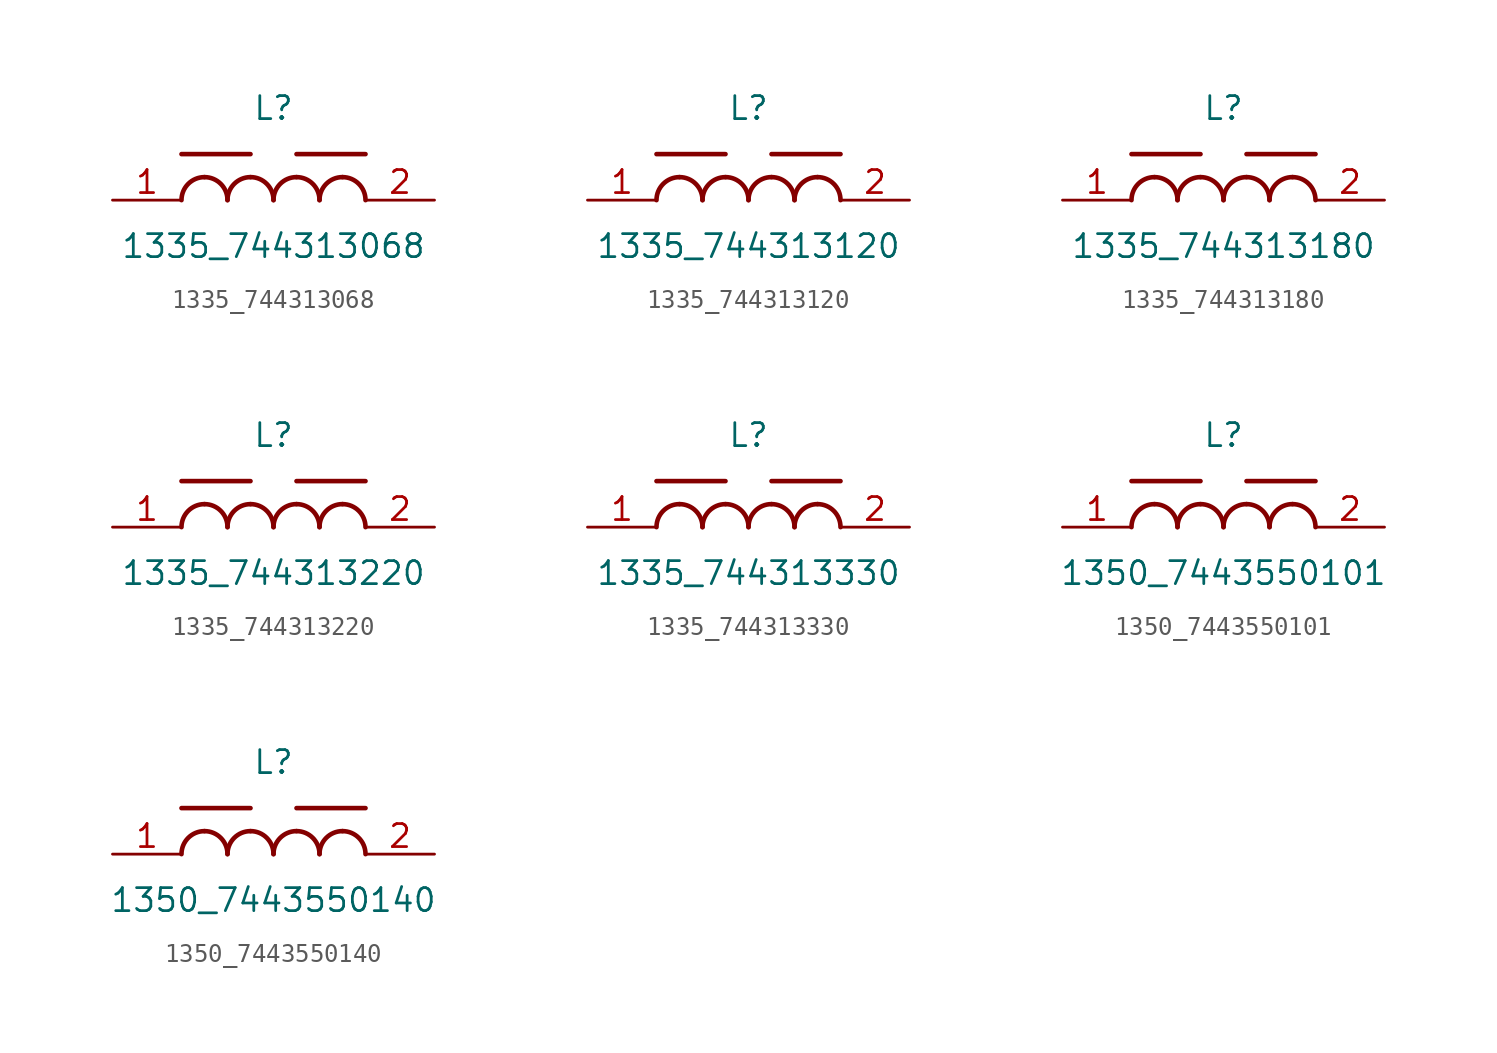
<source format=kicad_sym>
(kicad_symbol_lib
  (version 20211014)
  (generator kicad_symbol_editor)
  (symbol "Inductor_Wurth_WE-HCI:1335_744313068"
    (pin_names hide)
    (property "Reference" "L"
      (at 0 5.08 0)
      (effects (font (size 1.27 1.27))))
    (property "Value" "1335_744313068"
      (at 0 -2.54 0)
      (effects (font (size 1.27 1.27))))
    (symbol "1335_744313068_0_1"
      (arc (start -3.81 1.27) (mid -4.708 0.898) (end -5.08 0) (stroke (width 0.254) (type default) (color 0 0 0 0)) (fill (type none)))
      (arc (start -2.54 0) (mid -2.912 0.898) (end -3.81 1.27) (stroke (width 0.254) (type default) (color 0 0 0 0)) (fill (type none)))
      (arc (start -1.2699 1.2701) (mid -2.1679 0.8981) (end -2.5399 0.0001) (stroke (width 0.254) (type default) (color 0 0 0 0)) (fill (type none)))
      (polyline (pts (xy -5.08 2.54) (xy -1.27 2.54)) (stroke (width 0.254) (type default) (color 0 0 0 0)) (fill (type none)))
      (polyline (pts (xy 5.08 2.54) (xy 1.27 2.54)) (stroke (width 0.254) (type default) (color 0 0 0 0)) (fill (type none)))
      (arc (start 0.0001 0.0001) (mid -0.3719 0.8981) (end -1.2699 1.2701) (stroke (width 0.254) (type default) (color 0 0 0 0)) (fill (type none)))
      (arc (start 1.2701 1.2701) (mid 0.3721 0.8981) (end 0.0001 0.0001) (stroke (width 0.254) (type default) (color 0 0 0 0)) (fill (type none)))
      (arc (start 2.5401 0.0001) (mid 2.1681 0.8981) (end 1.2701 1.2701) (stroke (width 0.254) (type default) (color 0 0 0 0)) (fill (type none)))
      (arc (start 3.8101 1.2701) (mid 2.9121 0.8981) (end 2.5401 0.0001) (stroke (width 0.254) (type default) (color 0 0 0 0)) (fill (type none)))
      (arc (start 5.0801 0.0001) (mid 4.7081 0.8981) (end 3.8101 1.2701) (stroke (width 0.254) (type default) (color 0 0 0 0)) (fill (type none))))
    (symbol "1335_744313068_1_1"
      (pin passive line (at -8.89 0 0) (length 3.81) (name "1" (effects (font (size 1.27 1.27)))) (number "1" (effects (font (size 1.27 1.27)))))
      (pin passive line (at 8.89 0 180) (length 3.81) (name "2" (effects (font (size 1.27 1.27)))) (number "2" (effects (font (size 1.27 1.27)))))))
  (symbol "Inductor_Wurth_WE-HCI:1335_744313120"
    (pin_names hide)
    (property "Reference" "L"
      (at 0 5.08 0)
      (effects (font (size 1.27 1.27))))
    (property "Value" "1335_744313120"
      (at 0 -2.54 0)
      (effects (font (size 1.27 1.27))))
    (symbol "1335_744313120_0_1"
      (arc (start -3.81 1.27) (mid -4.708 0.898) (end -5.08 0) (stroke (width 0.254) (type default) (color 0 0 0 0)) (fill (type none)))
      (arc (start -2.54 0) (mid -2.912 0.898) (end -3.81 1.27) (stroke (width 0.254) (type default) (color 0 0 0 0)) (fill (type none)))
      (arc (start -1.2699 1.2701) (mid -2.1679 0.8981) (end -2.5399 0.0001) (stroke (width 0.254) (type default) (color 0 0 0 0)) (fill (type none)))
      (polyline (pts (xy -5.08 2.54) (xy -1.27 2.54)) (stroke (width 0.254) (type default) (color 0 0 0 0)) (fill (type none)))
      (polyline (pts (xy 5.08 2.54) (xy 1.27 2.54)) (stroke (width 0.254) (type default) (color 0 0 0 0)) (fill (type none)))
      (arc (start 0.0001 0.0001) (mid -0.3719 0.8981) (end -1.2699 1.2701) (stroke (width 0.254) (type default) (color 0 0 0 0)) (fill (type none)))
      (arc (start 1.2701 1.2701) (mid 0.3721 0.8981) (end 0.0001 0.0001) (stroke (width 0.254) (type default) (color 0 0 0 0)) (fill (type none)))
      (arc (start 2.5401 0.0001) (mid 2.1681 0.8981) (end 1.2701 1.2701) (stroke (width 0.254) (type default) (color 0 0 0 0)) (fill (type none)))
      (arc (start 3.8101 1.2701) (mid 2.9121 0.8981) (end 2.5401 0.0001) (stroke (width 0.254) (type default) (color 0 0 0 0)) (fill (type none)))
      (arc (start 5.0801 0.0001) (mid 4.7081 0.8981) (end 3.8101 1.2701) (stroke (width 0.254) (type default) (color 0 0 0 0)) (fill (type none))))
    (symbol "1335_744313120_1_1"
      (pin passive line (at -8.89 0 0) (length 3.81) (name "1" (effects (font (size 1.27 1.27)))) (number "1" (effects (font (size 1.27 1.27)))))
      (pin passive line (at 8.89 0 180) (length 3.81) (name "2" (effects (font (size 1.27 1.27)))) (number "2" (effects (font (size 1.27 1.27)))))))
  (symbol "Inductor_Wurth_WE-HCI:1335_744313180"
    (pin_names hide)
    (property "Reference" "L"
      (at 0 5.08 0)
      (effects (font (size 1.27 1.27))))
    (property "Value" "1335_744313180"
      (at 0 -2.54 0)
      (effects (font (size 1.27 1.27))))
    (symbol "1335_744313180_0_1"
      (arc (start -3.81 1.27) (mid -4.708 0.898) (end -5.08 0) (stroke (width 0.254) (type default) (color 0 0 0 0)) (fill (type none)))
      (arc (start -2.54 0) (mid -2.912 0.898) (end -3.81 1.27) (stroke (width 0.254) (type default) (color 0 0 0 0)) (fill (type none)))
      (arc (start -1.2699 1.2701) (mid -2.1679 0.8981) (end -2.5399 0.0001) (stroke (width 0.254) (type default) (color 0 0 0 0)) (fill (type none)))
      (polyline (pts (xy -5.08 2.54) (xy -1.27 2.54)) (stroke (width 0.254) (type default) (color 0 0 0 0)) (fill (type none)))
      (polyline (pts (xy 5.08 2.54) (xy 1.27 2.54)) (stroke (width 0.254) (type default) (color 0 0 0 0)) (fill (type none)))
      (arc (start 0.0001 0.0001) (mid -0.3719 0.8981) (end -1.2699 1.2701) (stroke (width 0.254) (type default) (color 0 0 0 0)) (fill (type none)))
      (arc (start 1.2701 1.2701) (mid 0.3721 0.8981) (end 0.0001 0.0001) (stroke (width 0.254) (type default) (color 0 0 0 0)) (fill (type none)))
      (arc (start 2.5401 0.0001) (mid 2.1681 0.8981) (end 1.2701 1.2701) (stroke (width 0.254) (type default) (color 0 0 0 0)) (fill (type none)))
      (arc (start 3.8101 1.2701) (mid 2.9121 0.8981) (end 2.5401 0.0001) (stroke (width 0.254) (type default) (color 0 0 0 0)) (fill (type none)))
      (arc (start 5.0801 0.0001) (mid 4.7081 0.8981) (end 3.8101 1.2701) (stroke (width 0.254) (type default) (color 0 0 0 0)) (fill (type none))))
    (symbol "1335_744313180_1_1"
      (pin passive line (at -8.89 0 0) (length 3.81) (name "1" (effects (font (size 1.27 1.27)))) (number "1" (effects (font (size 1.27 1.27)))))
      (pin passive line (at 8.89 0 180) (length 3.81) (name "2" (effects (font (size 1.27 1.27)))) (number "2" (effects (font (size 1.27 1.27)))))))
  (symbol "Inductor_Wurth_WE-HCI:1335_744313220"
    (pin_names hide)
    (property "Reference" "L"
      (at 0 5.08 0)
      (effects (font (size 1.27 1.27))))
    (property "Value" "1335_744313220"
      (at 0 -2.54 0)
      (effects (font (size 1.27 1.27))))
    (symbol "1335_744313220_0_1"
      (arc (start -3.81 1.27) (mid -4.708 0.898) (end -5.08 0) (stroke (width 0.254) (type default) (color 0 0 0 0)) (fill (type none)))
      (arc (start -2.54 0) (mid -2.912 0.898) (end -3.81 1.27) (stroke (width 0.254) (type default) (color 0 0 0 0)) (fill (type none)))
      (arc (start -1.2699 1.2701) (mid -2.1679 0.8981) (end -2.5399 0.0001) (stroke (width 0.254) (type default) (color 0 0 0 0)) (fill (type none)))
      (polyline (pts (xy -5.08 2.54) (xy -1.27 2.54)) (stroke (width 0.254) (type default) (color 0 0 0 0)) (fill (type none)))
      (polyline (pts (xy 5.08 2.54) (xy 1.27 2.54)) (stroke (width 0.254) (type default) (color 0 0 0 0)) (fill (type none)))
      (arc (start 0.0001 0.0001) (mid -0.3719 0.8981) (end -1.2699 1.2701) (stroke (width 0.254) (type default) (color 0 0 0 0)) (fill (type none)))
      (arc (start 1.2701 1.2701) (mid 0.3721 0.8981) (end 0.0001 0.0001) (stroke (width 0.254) (type default) (color 0 0 0 0)) (fill (type none)))
      (arc (start 2.5401 0.0001) (mid 2.1681 0.8981) (end 1.2701 1.2701) (stroke (width 0.254) (type default) (color 0 0 0 0)) (fill (type none)))
      (arc (start 3.8101 1.2701) (mid 2.9121 0.8981) (end 2.5401 0.0001) (stroke (width 0.254) (type default) (color 0 0 0 0)) (fill (type none)))
      (arc (start 5.0801 0.0001) (mid 4.7081 0.8981) (end 3.8101 1.2701) (stroke (width 0.254) (type default) (color 0 0 0 0)) (fill (type none))))
    (symbol "1335_744313220_1_1"
      (pin passive line (at -8.89 0 0) (length 3.81) (name "1" (effects (font (size 1.27 1.27)))) (number "1" (effects (font (size 1.27 1.27)))))
      (pin passive line (at 8.89 0 180) (length 3.81) (name "2" (effects (font (size 1.27 1.27)))) (number "2" (effects (font (size 1.27 1.27)))))))
  (symbol "Inductor_Wurth_WE-HCI:1335_744313330"
    (pin_names hide)
    (property "Reference" "L"
      (at 0 5.08 0)
      (effects (font (size 1.27 1.27))))
    (property "Value" "1335_744313330"
      (at 0 -2.54 0)
      (effects (font (size 1.27 1.27))))
    (symbol "1335_744313330_0_1"
      (arc (start -3.81 1.27) (mid -4.708 0.898) (end -5.08 0) (stroke (width 0.254) (type default) (color 0 0 0 0)) (fill (type none)))
      (arc (start -2.54 0) (mid -2.912 0.898) (end -3.81 1.27) (stroke (width 0.254) (type default) (color 0 0 0 0)) (fill (type none)))
      (arc (start -1.2699 1.2701) (mid -2.1679 0.8981) (end -2.5399 0.0001) (stroke (width 0.254) (type default) (color 0 0 0 0)) (fill (type none)))
      (polyline (pts (xy -5.08 2.54) (xy -1.27 2.54)) (stroke (width 0.254) (type default) (color 0 0 0 0)) (fill (type none)))
      (polyline (pts (xy 5.08 2.54) (xy 1.27 2.54)) (stroke (width 0.254) (type default) (color 0 0 0 0)) (fill (type none)))
      (arc (start 0.0001 0.0001) (mid -0.3719 0.8981) (end -1.2699 1.2701) (stroke (width 0.254) (type default) (color 0 0 0 0)) (fill (type none)))
      (arc (start 1.2701 1.2701) (mid 0.3721 0.8981) (end 0.0001 0.0001) (stroke (width 0.254) (type default) (color 0 0 0 0)) (fill (type none)))
      (arc (start 2.5401 0.0001) (mid 2.1681 0.8981) (end 1.2701 1.2701) (stroke (width 0.254) (type default) (color 0 0 0 0)) (fill (type none)))
      (arc (start 3.8101 1.2701) (mid 2.9121 0.8981) (end 2.5401 0.0001) (stroke (width 0.254) (type default) (color 0 0 0 0)) (fill (type none)))
      (arc (start 5.0801 0.0001) (mid 4.7081 0.8981) (end 3.8101 1.2701) (stroke (width 0.254) (type default) (color 0 0 0 0)) (fill (type none))))
    (symbol "1335_744313330_1_1"
      (pin passive line (at -8.89 0 0) (length 3.81) (name "1" (effects (font (size 1.27 1.27)))) (number "1" (effects (font (size 1.27 1.27)))))
      (pin passive line (at 8.89 0 180) (length 3.81) (name "2" (effects (font (size 1.27 1.27)))) (number "2" (effects (font (size 1.27 1.27)))))))
  (symbol "Inductor_Wurth_WE-HCI:1350_7443550101"
    (pin_names hide)
    (property "Reference" "L"
      (at 0 5.08 0)
      (effects (font (size 1.27 1.27))))
    (property "Value" "1350_7443550101"
      (at 0 -2.54 0)
      (effects (font (size 1.27 1.27))))
    (symbol "1350_7443550101_0_1"
      (arc (start -3.81 1.27) (mid -4.708 0.898) (end -5.08 0) (stroke (width 0.254) (type default) (color 0 0 0 0)) (fill (type none)))
      (arc (start -2.54 0) (mid -2.912 0.898) (end -3.81 1.27) (stroke (width 0.254) (type default) (color 0 0 0 0)) (fill (type none)))
      (arc (start -1.2699 1.2701) (mid -2.1679 0.8981) (end -2.5399 0.0001) (stroke (width 0.254) (type default) (color 0 0 0 0)) (fill (type none)))
      (polyline (pts (xy -5.08 2.54) (xy -1.27 2.54)) (stroke (width 0.254) (type default) (color 0 0 0 0)) (fill (type none)))
      (polyline (pts (xy 5.08 2.54) (xy 1.27 2.54)) (stroke (width 0.254) (type default) (color 0 0 0 0)) (fill (type none)))
      (arc (start 0.0001 0.0001) (mid -0.3719 0.8981) (end -1.2699 1.2701) (stroke (width 0.254) (type default) (color 0 0 0 0)) (fill (type none)))
      (arc (start 1.2701 1.2701) (mid 0.3721 0.8981) (end 0.0001 0.0001) (stroke (width 0.254) (type default) (color 0 0 0 0)) (fill (type none)))
      (arc (start 2.5401 0.0001) (mid 2.1681 0.8981) (end 1.2701 1.2701) (stroke (width 0.254) (type default) (color 0 0 0 0)) (fill (type none)))
      (arc (start 3.8101 1.2701) (mid 2.9121 0.8981) (end 2.5401 0.0001) (stroke (width 0.254) (type default) (color 0 0 0 0)) (fill (type none)))
      (arc (start 5.0801 0.0001) (mid 4.7081 0.8981) (end 3.8101 1.2701) (stroke (width 0.254) (type default) (color 0 0 0 0)) (fill (type none))))
    (symbol "1350_7443550101_1_1"
      (pin passive line (at -8.89 0 0) (length 3.81) (name "1" (effects (font (size 1.27 1.27)))) (number "1" (effects (font (size 1.27 1.27)))))
      (pin passive line (at 8.89 0 180) (length 3.81) (name "2" (effects (font (size 1.27 1.27)))) (number "2" (effects (font (size 1.27 1.27)))))))
  (symbol "Inductor_Wurth_WE-HCI:1350_7443550140"
    (pin_names hide)
    (property "Reference" "L"
      (at 0 5.08 0)
      (effects (font (size 1.27 1.27))))
    (property "Value" "1350_7443550140"
      (at 0 -2.54 0)
      (effects (font (size 1.27 1.27))))
    (symbol "1350_7443550140_0_1"
      (arc (start -3.81 1.27) (mid -4.708 0.898) (end -5.08 0) (stroke (width 0.254) (type default) (color 0 0 0 0)) (fill (type none)))
      (arc (start -2.54 0) (mid -2.912 0.898) (end -3.81 1.27) (stroke (width 0.254) (type default) (color 0 0 0 0)) (fill (type none)))
      (arc (start -1.2699 1.2701) (mid -2.1679 0.8981) (end -2.5399 0.0001) (stroke (width 0.254) (type default) (color 0 0 0 0)) (fill (type none)))
      (polyline (pts (xy -5.08 2.54) (xy -1.27 2.54)) (stroke (width 0.254) (type default) (color 0 0 0 0)) (fill (type none)))
      (polyline (pts (xy 5.08 2.54) (xy 1.27 2.54)) (stroke (width 0.254) (type default) (color 0 0 0 0)) (fill (type none)))
      (arc (start 0.0001 0.0001) (mid -0.3719 0.8981) (end -1.2699 1.2701) (stroke (width 0.254) (type default) (color 0 0 0 0)) (fill (type none)))
      (arc (start 1.2701 1.2701) (mid 0.3721 0.8981) (end 0.0001 0.0001) (stroke (width 0.254) (type default) (color 0 0 0 0)) (fill (type none)))
      (arc (start 2.5401 0.0001) (mid 2.1681 0.8981) (end 1.2701 1.2701) (stroke (width 0.254) (type default) (color 0 0 0 0)) (fill (type none)))
      (arc (start 3.8101 1.2701) (mid 2.9121 0.8981) (end 2.5401 0.0001) (stroke (width 0.254) (type default) (color 0 0 0 0)) (fill (type none)))
      (arc (start 5.0801 0.0001) (mid 4.7081 0.8981) (end 3.8101 1.2701) (stroke (width 0.254) (type default) (color 0 0 0 0)) (fill (type none))))
    (symbol "1350_7443550140_1_1"
      (pin passive line (at -8.89 0 0) (length 3.81) (name "1" (effects (font (size 1.27 1.27)))) (number "1" (effects (font (size 1.27 1.27)))))
      (pin passive line (at 8.89 0 180) (length 3.81) (name "2" (effects (font (size 1.27 1.27)))) (number "2" (effects (font (size 1.27 1.27))))))))
</source>
